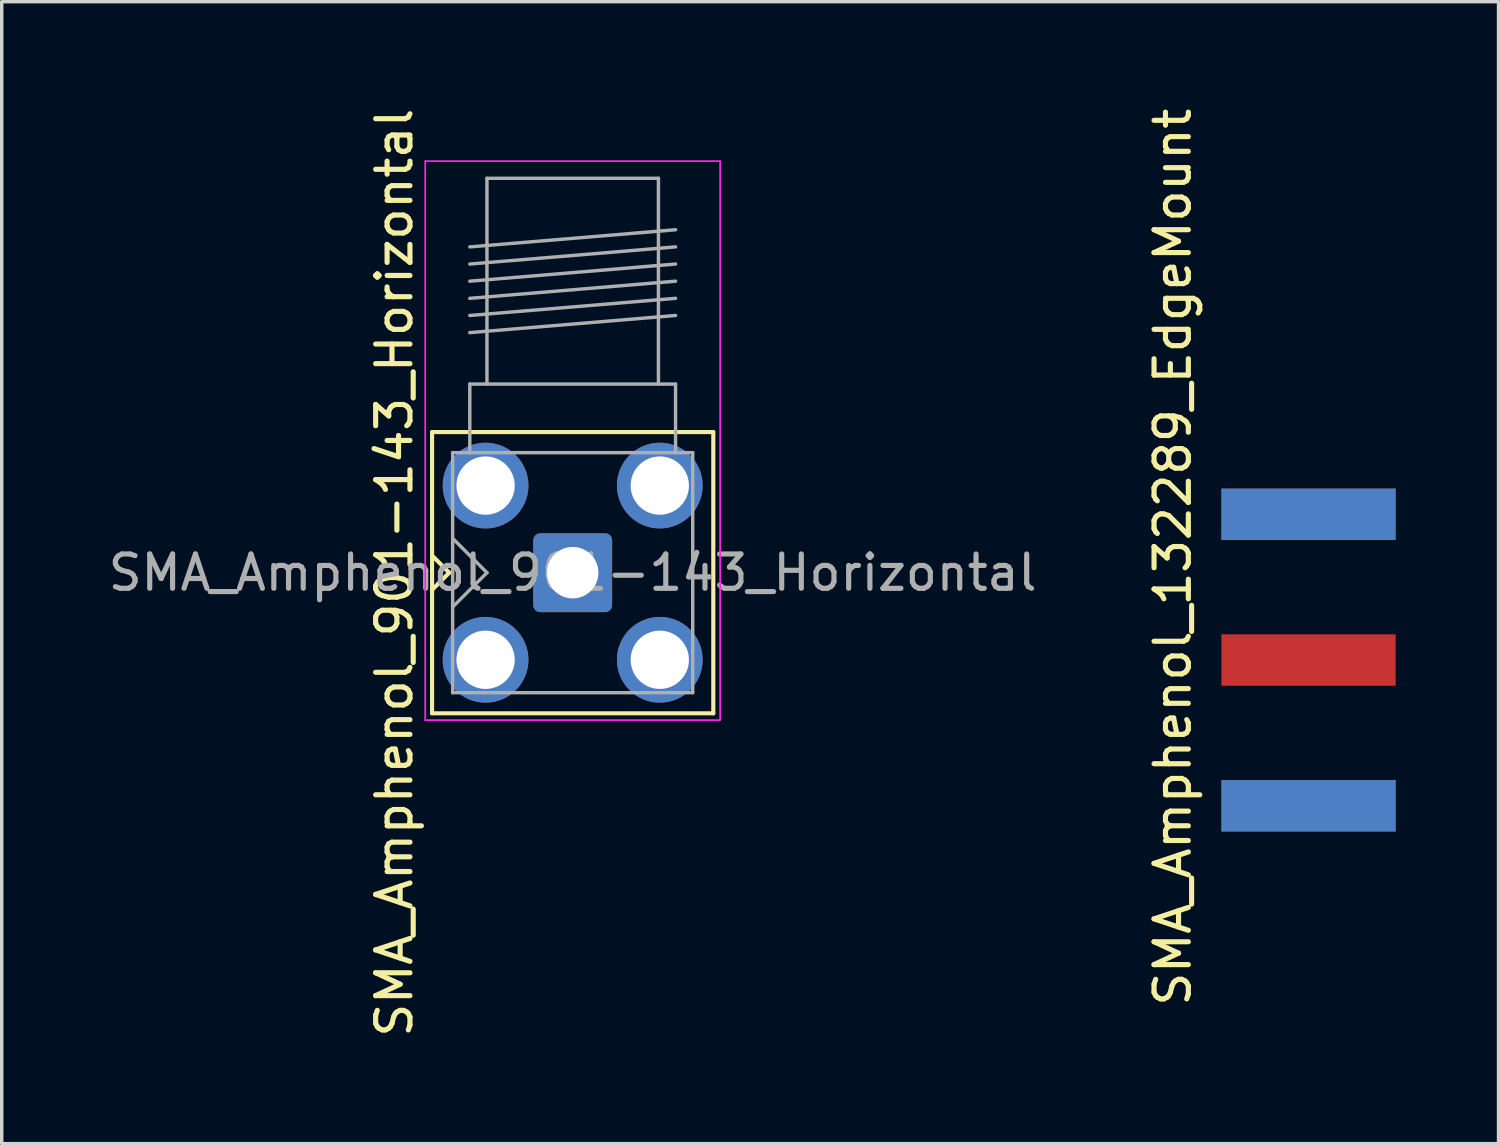
<source format=kicad_pcb>
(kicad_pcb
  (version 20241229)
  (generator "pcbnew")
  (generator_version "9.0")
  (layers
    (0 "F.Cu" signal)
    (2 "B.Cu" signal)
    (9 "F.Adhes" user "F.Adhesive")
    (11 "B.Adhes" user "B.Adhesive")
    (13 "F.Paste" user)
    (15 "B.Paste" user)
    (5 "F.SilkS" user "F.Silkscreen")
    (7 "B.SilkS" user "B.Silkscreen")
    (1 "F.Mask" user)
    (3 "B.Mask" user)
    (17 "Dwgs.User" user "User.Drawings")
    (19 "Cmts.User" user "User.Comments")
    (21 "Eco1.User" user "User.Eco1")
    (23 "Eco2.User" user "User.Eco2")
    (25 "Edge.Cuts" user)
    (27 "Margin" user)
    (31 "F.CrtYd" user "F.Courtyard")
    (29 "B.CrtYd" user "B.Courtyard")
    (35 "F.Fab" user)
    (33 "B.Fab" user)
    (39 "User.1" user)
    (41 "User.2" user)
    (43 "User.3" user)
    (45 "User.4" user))
  (footprint "SMA_Amphenol_132289_EdgeMount"
    (layer "F.Cu")
    (at 35.106 16.196)
    (property "Reference" "SMA_Amphenol_132289_EdgeMount" (at -3.96 -3 90) (layer "F.SilkS") (effects (font (size 1 1) (thickness 0.15))))
    (attr smd)
    (pad "1" smd rect (at 0 0 90) (size 1.5 5.08) (layers "F.Cu" "F.Mask" "F.Paste"))
    (pad "2" smd rect (at 0 -4.25 90) (size 1.5 5.08) (layers "F.Cu" "F.Mask" "F.Paste"))
    (pad "2" smd rect (at 0 -4.25 90) (size 1.5 5.08) (layers "B.Cu" "B.Mask" "B.Paste"))
    (pad "2" smd rect (at 0 4.25 90) (size 1.5 5.08) (layers "F.Cu" "F.Mask" "F.Paste"))
    (pad "2" smd rect (at 0 4.25 90) (size 1.5 5.08) (layers "B.Cu" "B.Mask" "B.Paste")))
  (footprint "SMA_Amphenol_901-143_Horizontal"
    (layer "F.Cu")
    (at 13.649 13.649)
    (property "Reference" "SMA_Amphenol_901-143_Horizontal" (at -5.2 0 90) (layer "F.SilkS") (effects (font (size 1 1) (thickness 0.15))))
    (attr through_hole)
    (fp_line (start -4.1 -4.1) (end -4.1 4.1) (stroke (width 0.12) (type solid)) (layer "F.SilkS"))
    (fp_line (start -4.1 -4.1) (end 4.1 -4.1) (stroke (width 0.12) (type solid)) (layer "F.SilkS"))
    (fp_line (start -4.1 0.5) (end -3.6 0) (stroke (width 0.12) (type solid)) (layer "F.SilkS"))
    (fp_line (start -4.1 4.1) (end 4.1 4.1) (stroke (width 0.12) (type solid)) (layer "F.SilkS"))
    (fp_line (start -3.6 0) (end -4.1 -0.5) (stroke (width 0.12) (type solid)) (layer "F.SilkS"))
    (fp_line (start 4.1 -4.1) (end 4.1 4.1) (stroke (width 0.12) (type solid)) (layer "F.SilkS"))
    (fp_line (start -4.3 -12) (end -4.3 4.3) (stroke (width 0.05) (type solid)) (layer "F.CrtYd"))
    (fp_line (start -4.3 -12) (end 4.3 -12) (stroke (width 0.05) (type solid)) (layer "F.CrtYd"))
    (fp_line (start 4.3 4.3) (end -4.3 4.3) (stroke (width 0.05) (type solid)) (layer "F.CrtYd"))
    (fp_line (start 4.3 4.3) (end 4.3 -12) (stroke (width 0.05) (type solid)) (layer "F.CrtYd"))
    (fp_line (start -3.5 -3.5) (end -3.5 3.5) (stroke (width 0.1) (type solid)) (layer "F.Fab"))
    (fp_line (start -3.5 -3.5) (end 3.5 -3.5) (stroke (width 0.1) (type solid)) (layer "F.Fab"))
    (fp_line (start -3.5 -1) (end -2.5 0) (stroke (width 0.1) (type solid)) (layer "F.Fab"))
    (fp_line (start -3.5 3.5) (end 3.5 3.5) (stroke (width 0.1) (type solid)) (layer "F.Fab"))
    (fp_line (start -3 -9.5) (end 3 -10) (stroke (width 0.1) (type solid)) (layer "F.Fab"))
    (fp_line (start -3 -9) (end 3 -9.5) (stroke (width 0.1) (type solid)) (layer "F.Fab"))
    (fp_line (start -3 -8.5) (end 3 -9) (stroke (width 0.1) (type solid)) (layer "F.Fab"))
    (fp_line (start -3 -8) (end 3 -8.5) (stroke (width 0.1) (type solid)) (layer "F.Fab"))
    (fp_line (start -3 -7.5) (end 3 -8) (stroke (width 0.1) (type solid)) (layer "F.Fab"))
    (fp_line (start -3 -7) (end 3 -7.5) (stroke (width 0.1) (type solid)) (layer "F.Fab"))
    (fp_line (start -3 -5.5) (end -3 -3.5) (stroke (width 0.1) (type solid)) (layer "F.Fab"))
    (fp_line (start -2.5 -11.5) (end -2.5 -5.5) (stroke (width 0.1) (type solid)) (layer "F.Fab"))
    (fp_line (start -2.5 -11.5) (end 2.5 -11.5) (stroke (width 0.1) (type solid)) (layer "F.Fab"))
    (fp_line (start -2.5 0) (end -3.5 1) (stroke (width 0.1) (type solid)) (layer "F.Fab"))
    (fp_line (start 2.5 -11.5) (end 2.5 -5.5) (stroke (width 0.1) (type solid)) (layer "F.Fab"))
    (fp_line (start 3 -5.5) (end -3 -5.5) (stroke (width 0.1) (type solid)) (layer "F.Fab"))
    (fp_line (start 3 -5.5) (end 3 -3.5) (stroke (width 0.1) (type solid)) (layer "F.Fab"))
    (fp_line (start 3.5 -3.5) (end 3.5 3.5) (stroke (width 0.1) (type solid)) (layer "F.Fab"))
    (fp_text user "${REFERENCE}" (at 0 0 0) (layer "F.Fab") (effects (font (size 1 1) (thickness 0.15))))
    (pad "1" thru_hole roundrect (at 0 0) (size 2.3 2.3) (drill 1.5) (layers "*.Cu" "*.Mask") (remove_unused_layers yes) (keep_end_layers yes) (zone_layer_connections) (roundrect_rratio 0.087))
    (pad "2" thru_hole circle (at -2.54 -2.54) (size 2.5 2.5) (drill 1.7) (layers "*.Cu" "*.Mask") (remove_unused_layers yes) (keep_end_layers yes) (zone_layer_connections))
    (pad "2" thru_hole circle (at -2.54 2.54) (size 2.5 2.5) (drill 1.7) (layers "*.Cu" "*.Mask") (remove_unused_layers yes) (keep_end_layers yes) (zone_layer_connections))
    (pad "2" thru_hole circle (at 2.54 -2.54) (size 2.5 2.5) (drill 1.7) (layers "*.Cu" "*.Mask") (remove_unused_layers yes) (keep_end_layers yes) (zone_layer_connections))
    (pad "2" thru_hole circle (at 2.54 2.54) (size 2.5 2.5) (drill 1.7) (layers "*.Cu" "*.Mask") (remove_unused_layers yes) (keep_end_layers yes) (zone_layer_connections)))
  (gr_rect
    (start -3 -3)
    (end 40.646 30.298)
    (stroke (width 0.1) (type default))
    (fill no)
    (layer "Edge.Cuts")))
</source>
